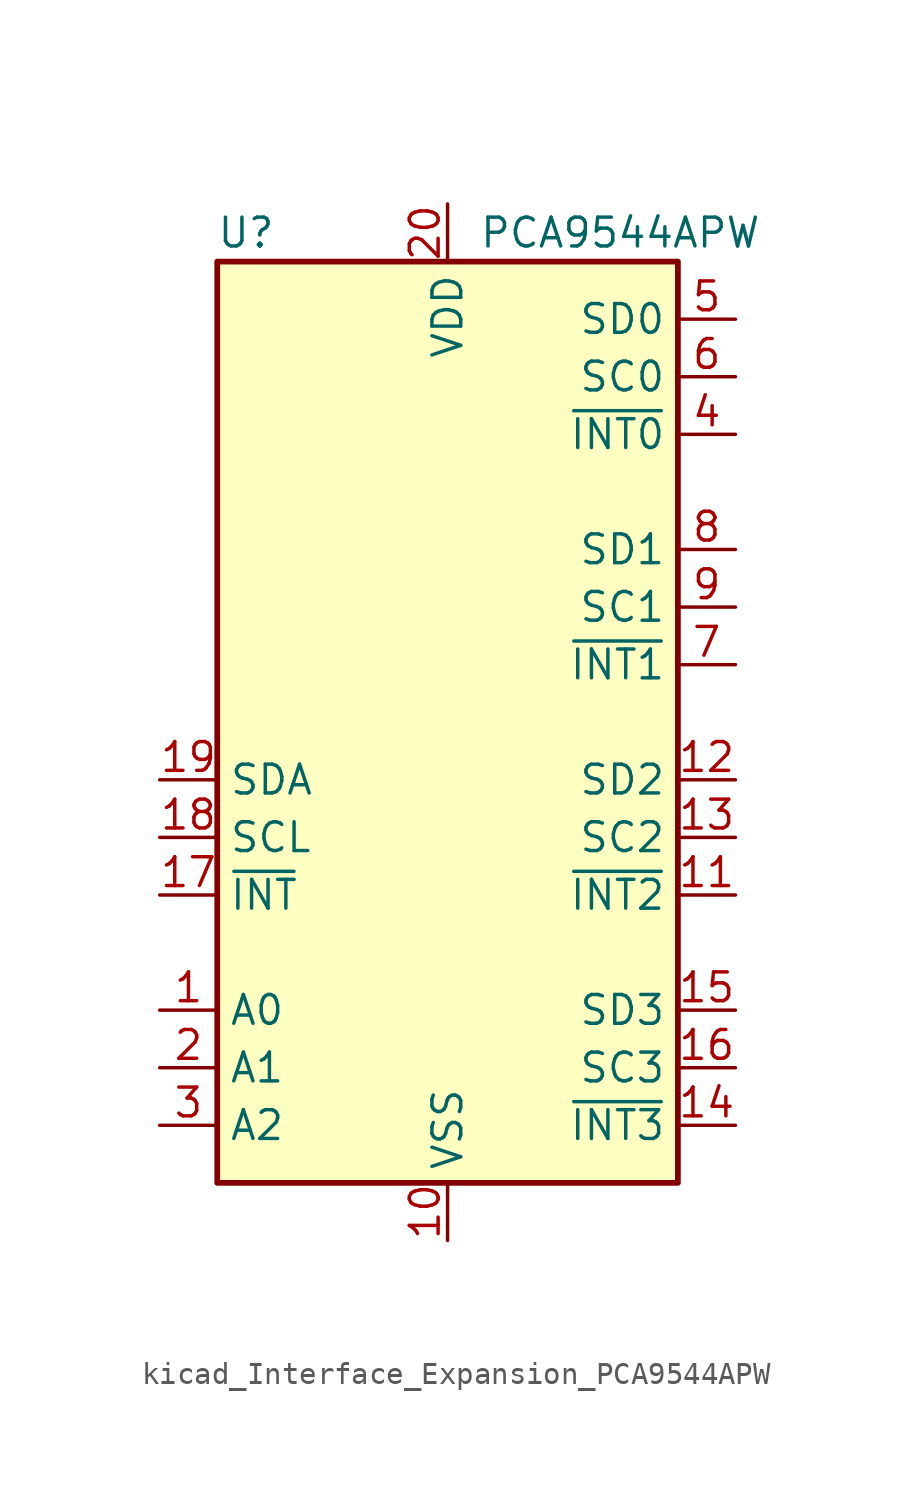
<source format=kicad_sym>
(kicad_symbol_lib
  (version 20220914)
  (generator kicad_symbol_editor)
  (symbol "kicad_Interface_Expansion_PCA9544APW"
    (property "Reference" "U"
      (at -8.89 21.59 0)
      (effects (font (size 1.27 1.27))))
    (property "Value" "PCA9544APW"
      (at 7.62 21.59 0)
      (effects (font (size 1.27 1.27))))
    (symbol "kicad_Interface_Expansion_PCA9544APW_0_1"
      (rectangle (start 10.16 20.32) (end -10.16 -20.32) (stroke (width 0.254) (type default)) (fill (type background))))
    (symbol "kicad_Interface_Expansion_PCA9544APW_1_1"
      (pin input line (at -12.7 -12.7 0) (length 2.54) (name "A0" (effects (font (size 1.27 1.27)))) (number "1" (effects (font (size 1.27 1.27)))))
      (pin power_in line (at 0 -22.86 90) (length 2.54) (name "VSS" (effects (font (size 1.27 1.27)))) (number "10" (effects (font (size 1.27 1.27)))))
      (pin input line (at 12.7 -7.62 180) (length 2.54) (name "~{INT2}" (effects (font (size 1.27 1.27)))) (number "11" (effects (font (size 1.27 1.27)))))
      (pin bidirectional line (at 12.7 -2.54 180) (length 2.54) (name "SD2" (effects (font (size 1.27 1.27)))) (number "12" (effects (font (size 1.27 1.27)))))
      (pin output line (at 12.7 -5.08 180) (length 2.54) (name "SC2" (effects (font (size 1.27 1.27)))) (number "13" (effects (font (size 1.27 1.27)))))
      (pin input line (at 12.7 -17.78 180) (length 2.54) (name "~{INT3}" (effects (font (size 1.27 1.27)))) (number "14" (effects (font (size 1.27 1.27)))))
      (pin bidirectional line (at 12.7 -12.7 180) (length 2.54) (name "SD3" (effects (font (size 1.27 1.27)))) (number "15" (effects (font (size 1.27 1.27)))))
      (pin output line (at 12.7 -15.24 180) (length 2.54) (name "SC3" (effects (font (size 1.27 1.27)))) (number "16" (effects (font (size 1.27 1.27)))))
      (pin open_collector line (at -12.7 -7.62 0) (length 2.54) (name "~{INT}" (effects (font (size 1.27 1.27)))) (number "17" (effects (font (size 1.27 1.27)))))
      (pin input line (at -12.7 -5.08 0) (length 2.54) (name "SCL" (effects (font (size 1.27 1.27)))) (number "18" (effects (font (size 1.27 1.27)))))
      (pin bidirectional line (at -12.7 -2.54 0) (length 2.54) (name "SDA" (effects (font (size 1.27 1.27)))) (number "19" (effects (font (size 1.27 1.27)))))
      (pin input line (at -12.7 -15.24 0) (length 2.54) (name "A1" (effects (font (size 1.27 1.27)))) (number "2" (effects (font (size 1.27 1.27)))))
      (pin power_in line (at 0 22.86 270) (length 2.54) (name "VDD" (effects (font (size 1.27 1.27)))) (number "20" (effects (font (size 1.27 1.27)))))
      (pin input line (at -12.7 -17.78 0) (length 2.54) (name "A2" (effects (font (size 1.27 1.27)))) (number "3" (effects (font (size 1.27 1.27)))))
      (pin input line (at 12.7 12.7 180) (length 2.54) (name "~{INT0}" (effects (font (size 1.27 1.27)))) (number "4" (effects (font (size 1.27 1.27)))))
      (pin bidirectional line (at 12.7 17.78 180) (length 2.54) (name "SD0" (effects (font (size 1.27 1.27)))) (number "5" (effects (font (size 1.27 1.27)))))
      (pin output line (at 12.7 15.24 180) (length 2.54) (name "SC0" (effects (font (size 1.27 1.27)))) (number "6" (effects (font (size 1.27 1.27)))))
      (pin input line (at 12.7 2.54 180) (length 2.54) (name "~{INT1}" (effects (font (size 1.27 1.27)))) (number "7" (effects (font (size 1.27 1.27)))))
      (pin bidirectional line (at 12.7 7.62 180) (length 2.54) (name "SD1" (effects (font (size 1.27 1.27)))) (number "8" (effects (font (size 1.27 1.27)))))
      (pin output line (at 12.7 5.08 180) (length 2.54) (name "SC1" (effects (font (size 1.27 1.27)))) (number "9" (effects (font (size 1.27 1.27))))))))
</source>
